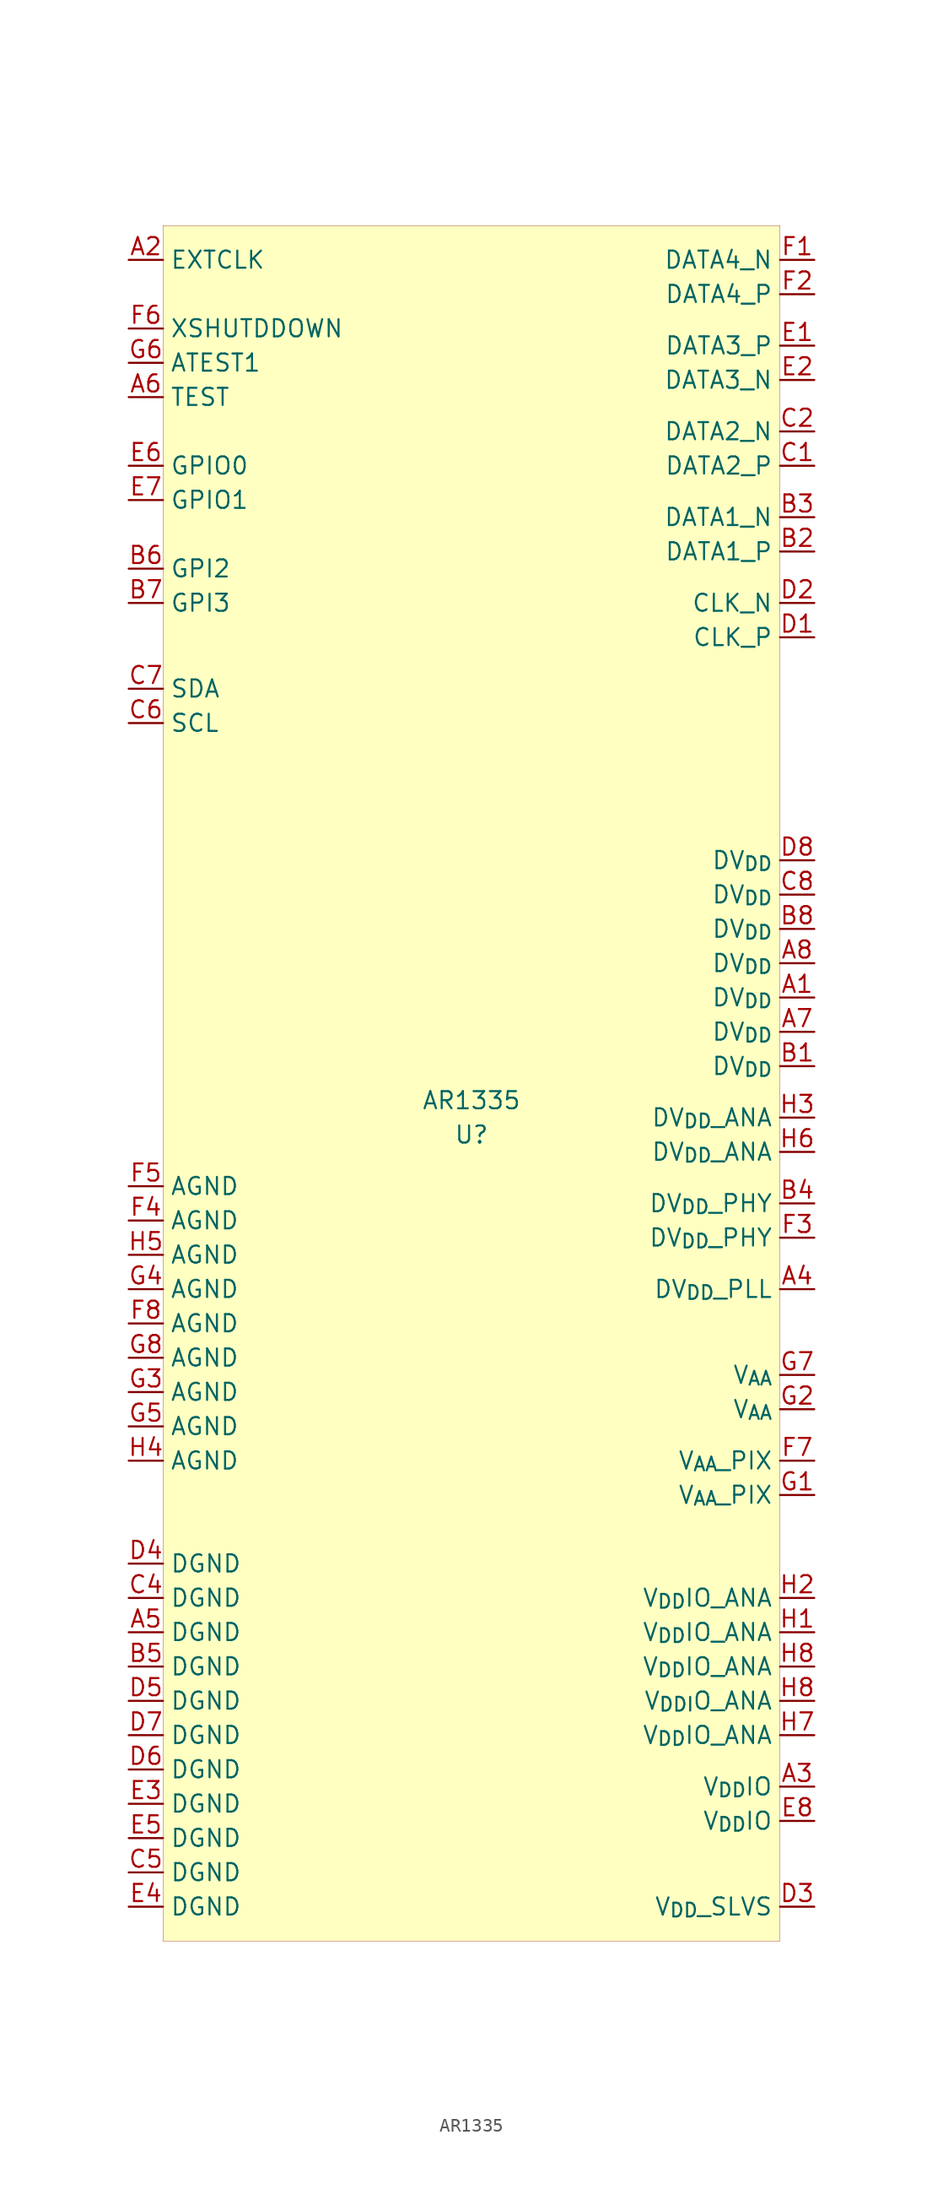
<source format=kicad_sym>
(kicad_symbol_lib
  (version 20201005)
  (generator kicad_symbol_editor)
  (symbol "image_sensor:AR1335"
    (property "Reference" "U"
      (at 0 -1.27 0)
      (effects (font (size 1.27 1.27))))
    (property "Value" "AR1335"
      (at 0 1.27 0)
      (effects (font (size 1.27 1.27))))
    (symbol "AR1335_0_0"
      (pin output line (at 25.4 50.8 180) (length 2.54) (name "DATA2_N" (effects (font (size 1.27 1.27)))) (number "C2" (effects (font (size 1.27 1.27)))))
      (pin output line (at 25.4 38.1 180) (length 2.54) (name "CLK_N" (effects (font (size 1.27 1.27)))) (number "D2" (effects (font (size 1.27 1.27)))))
      (pin output line (at 25.4 63.5 180) (length 2.54) (name "DATA4_N" (effects (font (size 1.27 1.27)))) (number "F1" (effects (font (size 1.27 1.27)))))
      (pin power_in line (at 25.4 -21.59 180) (length 2.54) (name "V_{AA}" (effects (font (size 1.27 1.27)))) (number "G2" (effects (font (size 1.27 1.27)))))
      (pin power_in line (at 25.4 -43.18 180) (length 2.54) (name "V_{DDI}O_ANA" (effects (font (size 1.27 1.27)))) (number "H8" (effects (font (size 1.27 1.27)))))
      (pin output line (at 25.4 44.45 180) (length 2.54) (name "DATA1_N" (effects (font (size 1.27 1.27)))) (number "B3" (effects (font (size 1.27 1.27)))))
      (pin power_in line (at 25.4 -58.42 180) (length 2.54) (name "V_{DD}_SLVS" (effects (font (size 1.27 1.27)))) (number "D3" (effects (font (size 1.27 1.27)))))
      (pin power_in line (at -25.4 -33.02 0) (length 2.54) (name "DGND" (effects (font (size 1.27 1.27)))) (number "D4" (effects (font (size 1.27 1.27)))))
      (pin power_in line (at 25.4 -6.35 180) (length 2.54) (name "DV_{DD}_PHY" (effects (font (size 1.27 1.27)))) (number "B4" (effects (font (size 1.27 1.27)))))
      (pin power_in line (at -25.4 -12.7 0) (length 2.54) (name "AGND" (effects (font (size 1.27 1.27)))) (number "G4" (effects (font (size 1.27 1.27)))))
      (pin power_in line (at 25.4 6.35 180) (length 2.54) (name "DV_{DD}" (effects (font (size 1.27 1.27)))) (number "A7" (effects (font (size 1.27 1.27)))))
      (pin power_in line (at 25.4 -12.7 180) (length 2.54) (name "DV_{DD}_PLL" (effects (font (size 1.27 1.27)))) (number "A4" (effects (font (size 1.27 1.27)))))
      (pin power_in line (at -25.4 -35.56 0) (length 2.54) (name "DGND" (effects (font (size 1.27 1.27)))) (number "C4" (effects (font (size 1.27 1.27)))))
      (pin power_in line (at -25.4 -38.1 0) (length 2.54) (name "DGND" (effects (font (size 1.27 1.27)))) (number "A5" (effects (font (size 1.27 1.27)))))
      (pin power_in line (at -25.4 -40.64 0) (length 2.54) (name "DGND" (effects (font (size 1.27 1.27)))) (number "B5" (effects (font (size 1.27 1.27)))))
      (pin power_in line (at -25.4 -15.24 0) (length 2.54) (name "AGND" (effects (font (size 1.27 1.27)))) (number "F8" (effects (font (size 1.27 1.27)))))
      (pin power_in line (at -25.4 -17.78 0) (length 2.54) (name "AGND" (effects (font (size 1.27 1.27)))) (number "G8" (effects (font (size 1.27 1.27)))))
      (pin power_in line (at -25.4 -20.32 0) (length 2.54) (name "AGND" (effects (font (size 1.27 1.27)))) (number "G3" (effects (font (size 1.27 1.27)))))
      (pin power_in line (at -25.4 -43.18 0) (length 2.54) (name "DGND" (effects (font (size 1.27 1.27)))) (number "D5" (effects (font (size 1.27 1.27)))))
      (pin power_in line (at -25.4 -45.72 0) (length 2.54) (name "DGND" (effects (font (size 1.27 1.27)))) (number "D7" (effects (font (size 1.27 1.27)))))
      (pin power_in line (at -25.4 -48.26 0) (length 2.54) (name "DGND" (effects (font (size 1.27 1.27)))) (number "D6" (effects (font (size 1.27 1.27)))))
      (pin power_in line (at -25.4 -50.8 0) (length 2.54) (name "DGND" (effects (font (size 1.27 1.27)))) (number "E3" (effects (font (size 1.27 1.27)))))
      (pin power_in line (at -25.4 -53.34 0) (length 2.54) (name "DGND" (effects (font (size 1.27 1.27)))) (number "E5" (effects (font (size 1.27 1.27)))))
      (pin power_in line (at -25.4 -5.08 0) (length 2.54) (name "AGND" (effects (font (size 1.27 1.27)))) (number "F5" (effects (font (size 1.27 1.27)))))
      (pin power_in line (at -25.4 -7.62 0) (length 2.54) (name "AGND" (effects (font (size 1.27 1.27)))) (number "F4" (effects (font (size 1.27 1.27)))))
      (pin power_in line (at -25.4 -10.16 0) (length 2.54) (name "AGND" (effects (font (size 1.27 1.27)))) (number "H5" (effects (font (size 1.27 1.27)))))
      (pin input line (at -25.4 53.34 0) (length 2.54) (name "TEST" (effects (font (size 1.27 1.27)))) (number "A6" (effects (font (size 1.27 1.27)))))
      (pin input line (at -25.4 40.64 0) (length 2.54) (name "GPI2" (effects (font (size 1.27 1.27)))) (number "B6" (effects (font (size 1.27 1.27)))))
      (pin input line (at -25.4 29.21 0) (length 2.54) (name "SCL" (effects (font (size 1.27 1.27)))) (number "C6" (effects (font (size 1.27 1.27)))))
      (pin power_in line (at -25.4 -55.88 0) (length 2.54) (name "DGND" (effects (font (size 1.27 1.27)))) (number "C5" (effects (font (size 1.27 1.27)))))
      (pin bidirectional line (at -25.4 48.26 0) (length 2.54) (name "GPIO0" (effects (font (size 1.27 1.27)))) (number "E6" (effects (font (size 1.27 1.27)))))
      (pin input line (at -25.4 58.42 0) (length 2.54) (name "XSHUTDDOWN" (effects (font (size 1.27 1.27)))) (number "F6" (effects (font (size 1.27 1.27)))))
      (pin input line (at -25.4 55.88 0) (length 2.54) (name "ATEST1" (effects (font (size 1.27 1.27)))) (number "G6" (effects (font (size 1.27 1.27)))))
      (pin power_in line (at 25.4 3.81 180) (length 2.54) (name "DV_{DD}" (effects (font (size 1.27 1.27)))) (number "B1" (effects (font (size 1.27 1.27)))))
      (pin input line (at -25.4 38.1 0) (length 2.54) (name "GPI3" (effects (font (size 1.27 1.27)))) (number "B7" (effects (font (size 1.27 1.27)))))
      (pin input line (at -25.4 31.75 0) (length 2.54) (name "SDA" (effects (font (size 1.27 1.27)))) (number "C7" (effects (font (size 1.27 1.27)))))
      (pin power_in line (at -25.4 -58.42 0) (length 2.54) (name "DGND" (effects (font (size 1.27 1.27)))) (number "E4" (effects (font (size 1.27 1.27)))))
      (pin bidirectional line (at -25.4 45.72 0) (length 2.54) (name "GPIO1" (effects (font (size 1.27 1.27)))) (number "E7" (effects (font (size 1.27 1.27)))))
      (pin power_in line (at 25.4 -19.05 180) (length 2.54) (name "V_{AA}" (effects (font (size 1.27 1.27)))) (number "G7" (effects (font (size 1.27 1.27)))))
      (pin power_in line (at 25.4 -2.54 180) (length 2.54) (name "DV_{DD}_ANA" (effects (font (size 1.27 1.27)))) (number "H6" (effects (font (size 1.27 1.27)))))
      (pin power_in line (at 25.4 11.43 180) (length 2.54) (name "DV_{DD}" (effects (font (size 1.27 1.27)))) (number "A8" (effects (font (size 1.27 1.27)))))
      (pin power_in line (at 25.4 13.97 180) (length 2.54) (name "DV_{DD}" (effects (font (size 1.27 1.27)))) (number "B8" (effects (font (size 1.27 1.27)))))
      (pin power_in line (at 25.4 16.51 180) (length 2.54) (name "DV_{DD}" (effects (font (size 1.27 1.27)))) (number "C8" (effects (font (size 1.27 1.27)))))
      (pin power_in line (at 25.4 -52.07 180) (length 2.54) (name "V_{DD}IO" (effects (font (size 1.27 1.27)))) (number "E8" (effects (font (size 1.27 1.27)))))
      (pin power_in line (at -25.4 -22.86 0) (length 2.54) (name "AGND" (effects (font (size 1.27 1.27)))) (number "G5" (effects (font (size 1.27 1.27)))))
      (pin power_in line (at -25.4 -25.4 0) (length 2.54) (name "AGND" (effects (font (size 1.27 1.27)))) (number "H4" (effects (font (size 1.27 1.27)))))
      (pin power_in line (at 25.4 -40.64 180) (length 2.54) (name "V_{DD}IO_ANA" (effects (font (size 1.27 1.27)))) (number "H8" (effects (font (size 1.27 1.27)))))
      (pin power_in line (at 25.4 -49.53 180) (length 2.54) (name "V_{DD}IO" (effects (font (size 1.27 1.27)))) (number "A3" (effects (font (size 1.27 1.27)))))
      (pin power_in line (at 25.4 19.05 180) (length 2.54) (name "DV_{DD}" (effects (font (size 1.27 1.27)))) (number "D8" (effects (font (size 1.27 1.27)))))
      (pin output line (at 25.4 57.15 180) (length 2.54) (name "DATA3_P" (effects (font (size 1.27 1.27)))) (number "E1" (effects (font (size 1.27 1.27)))))
      (pin power_in line (at 25.4 -8.89 180) (length 2.54) (name "DV_{DD}_PHY" (effects (font (size 1.27 1.27)))) (number "F3" (effects (font (size 1.27 1.27)))))
      (pin power_in line (at 25.4 -27.94 180) (length 2.54) (name "V_{AA}_PIX" (effects (font (size 1.27 1.27)))) (number "G1" (effects (font (size 1.27 1.27)))))
      (pin power_in line (at 25.4 -38.1 180) (length 2.54) (name "V_{DD}IO_ANA" (effects (font (size 1.27 1.27)))) (number "H1" (effects (font (size 1.27 1.27)))))
      (pin power_in line (at 25.4 -35.56 180) (length 2.54) (name "V_{DD}IO_ANA" (effects (font (size 1.27 1.27)))) (number "H2" (effects (font (size 1.27 1.27)))))
      (pin power_in line (at 25.4 0 180) (length 2.54) (name "DV_{DD}_ANA" (effects (font (size 1.27 1.27)))) (number "H3" (effects (font (size 1.27 1.27))))))
    (symbol "AR1335_0_1"
      (rectangle (start -22.86 66.04) (end 22.86 -60.96) (stroke (width 0.001)) (fill (type background))))
    (symbol "AR1335_1_1"
      (pin power_in line (at 25.4 8.89 180) (length 2.54) (name "DV_{DD}" (effects (font (size 1.27 1.27)))) (number "A1" (effects (font (size 1.27 1.27)))))
      (pin output line (at 25.4 48.26 180) (length 2.54) (name "DATA2_P" (effects (font (size 1.27 1.27)))) (number "C1" (effects (font (size 1.27 1.27)))))
      (pin output line (at 25.4 35.56 180) (length 2.54) (name "CLK_P" (effects (font (size 1.27 1.27)))) (number "D1" (effects (font (size 1.27 1.27)))))
      (pin output line (at 25.4 54.61 180) (length 2.54) (name "DATA3_N" (effects (font (size 1.27 1.27)))) (number "E2" (effects (font (size 1.27 1.27)))))
      (pin output line (at 25.4 60.96 180) (length 2.54) (name "DATA4_P" (effects (font (size 1.27 1.27)))) (number "F2" (effects (font (size 1.27 1.27)))))
      (pin power_in line (at 25.4 -25.4 180) (length 2.54) (name "V_{AA}_PIX" (effects (font (size 1.27 1.27)))) (number "F7" (effects (font (size 1.27 1.27)))))
      (pin power_in line (at 25.4 -45.72 180) (length 2.54) (name "V_{DD}IO_ANA" (effects (font (size 1.27 1.27)))) (number "H7" (effects (font (size 1.27 1.27)))))
      (pin input line (at -25.4 63.5 0) (length 2.54) (name "EXTCLK" (effects (font (size 1.27 1.27)))) (number "A2" (effects (font (size 1.27 1.27)))))
      (pin output line (at 25.4 41.91 180) (length 2.54) (name "DATA1_P" (effects (font (size 1.27 1.27)))) (number "B2" (effects (font (size 1.27 1.27))))))))
</source>
